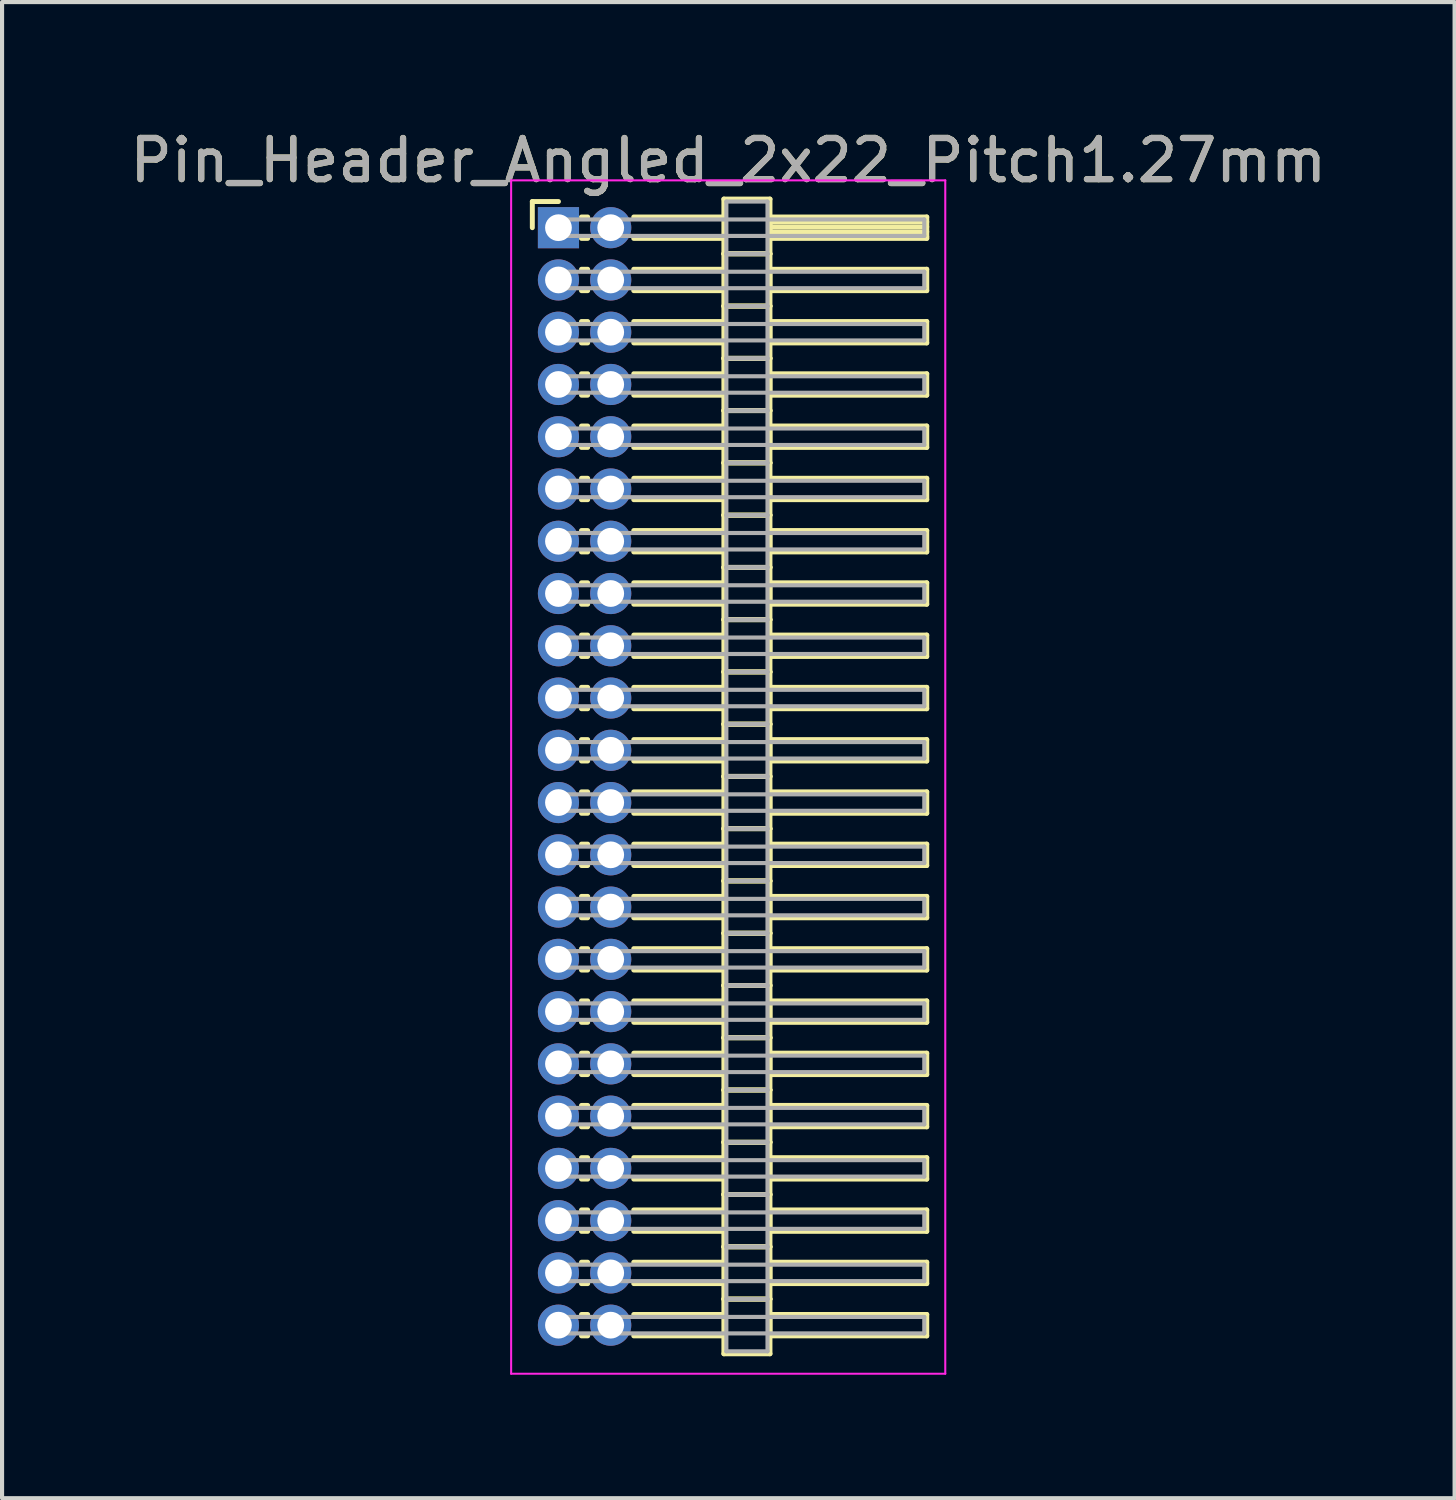
<source format=kicad_pcb>
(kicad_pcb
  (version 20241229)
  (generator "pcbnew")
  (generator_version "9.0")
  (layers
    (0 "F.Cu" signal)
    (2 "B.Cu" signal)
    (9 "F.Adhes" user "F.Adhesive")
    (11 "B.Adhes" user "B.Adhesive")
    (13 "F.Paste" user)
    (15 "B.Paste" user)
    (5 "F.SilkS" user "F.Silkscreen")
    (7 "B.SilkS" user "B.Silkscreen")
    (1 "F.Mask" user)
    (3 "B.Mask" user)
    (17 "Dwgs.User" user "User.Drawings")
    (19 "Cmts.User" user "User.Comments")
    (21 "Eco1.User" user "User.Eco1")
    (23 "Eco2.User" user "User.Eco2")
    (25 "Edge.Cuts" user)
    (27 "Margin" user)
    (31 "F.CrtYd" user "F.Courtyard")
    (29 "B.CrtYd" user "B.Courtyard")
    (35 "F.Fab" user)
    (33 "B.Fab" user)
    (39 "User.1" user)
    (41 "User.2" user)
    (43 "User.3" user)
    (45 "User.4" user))
  (footprint "Pin_Header_Angled_2x22_Pitch1.27mm"
    (layer "F.Cu")
    (at 10.521 2.483)
    (property "Reference" "Pin_Header_Angled_2x22_Pitch1.27mm" (at 4.128 -1.635 0) (layer "F.SilkS") (effects (font (size 1 1) (thickness 0.15))))
    (attr through_hole)
    (fp_line (start -0.635 -0.635) (end 0 -0.635) (stroke (width 0.12) (type solid)) (layer "F.SilkS"))
    (fp_line (start -0.635 0) (end -0.635 -0.635) (stroke (width 0.12) (type solid)) (layer "F.SilkS"))
    (fp_line (start 0.56 -0.26) (end 0.71 -0.26) (stroke (width 0.12) (type solid)) (layer "F.SilkS"))
    (fp_line (start 0.56 0.26) (end 0.71 0.26) (stroke (width 0.12) (type solid)) (layer "F.SilkS"))
    (fp_line (start 0.56 1.01) (end 0.71 1.01) (stroke (width 0.12) (type solid)) (layer "F.SilkS"))
    (fp_line (start 0.56 1.53) (end 0.71 1.53) (stroke (width 0.12) (type solid)) (layer "F.SilkS"))
    (fp_line (start 0.56 2.28) (end 0.71 2.28) (stroke (width 0.12) (type solid)) (layer "F.SilkS"))
    (fp_line (start 0.56 2.8) (end 0.71 2.8) (stroke (width 0.12) (type solid)) (layer "F.SilkS"))
    (fp_line (start 0.56 3.55) (end 0.71 3.55) (stroke (width 0.12) (type solid)) (layer "F.SilkS"))
    (fp_line (start 0.56 4.07) (end 0.71 4.07) (stroke (width 0.12) (type solid)) (layer "F.SilkS"))
    (fp_line (start 0.56 4.82) (end 0.71 4.82) (stroke (width 0.12) (type solid)) (layer "F.SilkS"))
    (fp_line (start 0.56 5.34) (end 0.71 5.34) (stroke (width 0.12) (type solid)) (layer "F.SilkS"))
    (fp_line (start 0.56 6.09) (end 0.71 6.09) (stroke (width 0.12) (type solid)) (layer "F.SilkS"))
    (fp_line (start 0.56 6.61) (end 0.71 6.61) (stroke (width 0.12) (type solid)) (layer "F.SilkS"))
    (fp_line (start 0.56 7.36) (end 0.71 7.36) (stroke (width 0.12) (type solid)) (layer "F.SilkS"))
    (fp_line (start 0.56 7.88) (end 0.71 7.88) (stroke (width 0.12) (type solid)) (layer "F.SilkS"))
    (fp_line (start 0.56 8.63) (end 0.71 8.63) (stroke (width 0.12) (type solid)) (layer "F.SilkS"))
    (fp_line (start 0.56 9.15) (end 0.71 9.15) (stroke (width 0.12) (type solid)) (layer "F.SilkS"))
    (fp_line (start 0.56 9.9) (end 0.71 9.9) (stroke (width 0.12) (type solid)) (layer "F.SilkS"))
    (fp_line (start 0.56 10.42) (end 0.71 10.42) (stroke (width 0.12) (type solid)) (layer "F.SilkS"))
    (fp_line (start 0.56 11.17) (end 0.71 11.17) (stroke (width 0.12) (type solid)) (layer "F.SilkS"))
    (fp_line (start 0.56 11.69) (end 0.71 11.69) (stroke (width 0.12) (type solid)) (layer "F.SilkS"))
    (fp_line (start 0.56 12.44) (end 0.71 12.44) (stroke (width 0.12) (type solid)) (layer "F.SilkS"))
    (fp_line (start 0.56 12.96) (end 0.71 12.96) (stroke (width 0.12) (type solid)) (layer "F.SilkS"))
    (fp_line (start 0.56 13.71) (end 0.71 13.71) (stroke (width 0.12) (type solid)) (layer "F.SilkS"))
    (fp_line (start 0.56 14.23) (end 0.71 14.23) (stroke (width 0.12) (type solid)) (layer "F.SilkS"))
    (fp_line (start 0.56 14.98) (end 0.71 14.98) (stroke (width 0.12) (type solid)) (layer "F.SilkS"))
    (fp_line (start 0.56 15.5) (end 0.71 15.5) (stroke (width 0.12) (type solid)) (layer "F.SilkS"))
    (fp_line (start 0.56 16.25) (end 0.71 16.25) (stroke (width 0.12) (type solid)) (layer "F.SilkS"))
    (fp_line (start 0.56 16.77) (end 0.71 16.77) (stroke (width 0.12) (type solid)) (layer "F.SilkS"))
    (fp_line (start 0.56 17.52) (end 0.71 17.52) (stroke (width 0.12) (type solid)) (layer "F.SilkS"))
    (fp_line (start 0.56 18.04) (end 0.71 18.04) (stroke (width 0.12) (type solid)) (layer "F.SilkS"))
    (fp_line (start 0.56 18.79) (end 0.71 18.79) (stroke (width 0.12) (type solid)) (layer "F.SilkS"))
    (fp_line (start 0.56 19.31) (end 0.71 19.31) (stroke (width 0.12) (type solid)) (layer "F.SilkS"))
    (fp_line (start 0.56 20.06) (end 0.71 20.06) (stroke (width 0.12) (type solid)) (layer "F.SilkS"))
    (fp_line (start 0.56 20.58) (end 0.71 20.58) (stroke (width 0.12) (type solid)) (layer "F.SilkS"))
    (fp_line (start 0.56 21.33) (end 0.71 21.33) (stroke (width 0.12) (type solid)) (layer "F.SilkS"))
    (fp_line (start 0.56 21.85) (end 0.71 21.85) (stroke (width 0.12) (type solid)) (layer "F.SilkS"))
    (fp_line (start 0.56 22.6) (end 0.71 22.6) (stroke (width 0.12) (type solid)) (layer "F.SilkS"))
    (fp_line (start 0.56 23.12) (end 0.71 23.12) (stroke (width 0.12) (type solid)) (layer "F.SilkS"))
    (fp_line (start 0.56 23.87) (end 0.71 23.87) (stroke (width 0.12) (type solid)) (layer "F.SilkS"))
    (fp_line (start 0.56 24.39) (end 0.71 24.39) (stroke (width 0.12) (type solid)) (layer "F.SilkS"))
    (fp_line (start 0.56 25.14) (end 0.71 25.14) (stroke (width 0.12) (type solid)) (layer "F.SilkS"))
    (fp_line (start 0.56 25.66) (end 0.71 25.66) (stroke (width 0.12) (type solid)) (layer "F.SilkS"))
    (fp_line (start 0.56 26.41) (end 0.71 26.41) (stroke (width 0.12) (type solid)) (layer "F.SilkS"))
    (fp_line (start 0.56 26.93) (end 0.71 26.93) (stroke (width 0.12) (type solid)) (layer "F.SilkS"))
    (fp_line (start 1.83 -0.26) (end 4.02 -0.26) (stroke (width 0.12) (type solid)) (layer "F.SilkS"))
    (fp_line (start 1.83 0.26) (end 4.02 0.26) (stroke (width 0.12) (type solid)) (layer "F.SilkS"))
    (fp_line (start 1.83 1.01) (end 4.02 1.01) (stroke (width 0.12) (type solid)) (layer "F.SilkS"))
    (fp_line (start 1.83 1.53) (end 4.02 1.53) (stroke (width 0.12) (type solid)) (layer "F.SilkS"))
    (fp_line (start 1.83 2.28) (end 4.02 2.28) (stroke (width 0.12) (type solid)) (layer "F.SilkS"))
    (fp_line (start 1.83 2.8) (end 4.02 2.8) (stroke (width 0.12) (type solid)) (layer "F.SilkS"))
    (fp_line (start 1.83 3.55) (end 4.02 3.55) (stroke (width 0.12) (type solid)) (layer "F.SilkS"))
    (fp_line (start 1.83 4.07) (end 4.02 4.07) (stroke (width 0.12) (type solid)) (layer "F.SilkS"))
    (fp_line (start 1.83 4.82) (end 4.02 4.82) (stroke (width 0.12) (type solid)) (layer "F.SilkS"))
    (fp_line (start 1.83 5.34) (end 4.02 5.34) (stroke (width 0.12) (type solid)) (layer "F.SilkS"))
    (fp_line (start 1.83 6.09) (end 4.02 6.09) (stroke (width 0.12) (type solid)) (layer "F.SilkS"))
    (fp_line (start 1.83 6.61) (end 4.02 6.61) (stroke (width 0.12) (type solid)) (layer "F.SilkS"))
    (fp_line (start 1.83 7.36) (end 4.02 7.36) (stroke (width 0.12) (type solid)) (layer "F.SilkS"))
    (fp_line (start 1.83 7.88) (end 4.02 7.88) (stroke (width 0.12) (type solid)) (layer "F.SilkS"))
    (fp_line (start 1.83 8.63) (end 4.02 8.63) (stroke (width 0.12) (type solid)) (layer "F.SilkS"))
    (fp_line (start 1.83 9.15) (end 4.02 9.15) (stroke (width 0.12) (type solid)) (layer "F.SilkS"))
    (fp_line (start 1.83 9.9) (end 4.02 9.9) (stroke (width 0.12) (type solid)) (layer "F.SilkS"))
    (fp_line (start 1.83 10.42) (end 4.02 10.42) (stroke (width 0.12) (type solid)) (layer "F.SilkS"))
    (fp_line (start 1.83 11.17) (end 4.02 11.17) (stroke (width 0.12) (type solid)) (layer "F.SilkS"))
    (fp_line (start 1.83 11.69) (end 4.02 11.69) (stroke (width 0.12) (type solid)) (layer "F.SilkS"))
    (fp_line (start 1.83 12.44) (end 4.02 12.44) (stroke (width 0.12) (type solid)) (layer "F.SilkS"))
    (fp_line (start 1.83 12.96) (end 4.02 12.96) (stroke (width 0.12) (type solid)) (layer "F.SilkS"))
    (fp_line (start 1.83 13.71) (end 4.02 13.71) (stroke (width 0.12) (type solid)) (layer "F.SilkS"))
    (fp_line (start 1.83 14.23) (end 4.02 14.23) (stroke (width 0.12) (type solid)) (layer "F.SilkS"))
    (fp_line (start 1.83 14.98) (end 4.02 14.98) (stroke (width 0.12) (type solid)) (layer "F.SilkS"))
    (fp_line (start 1.83 15.5) (end 4.02 15.5) (stroke (width 0.12) (type solid)) (layer "F.SilkS"))
    (fp_line (start 1.83 16.25) (end 4.02 16.25) (stroke (width 0.12) (type solid)) (layer "F.SilkS"))
    (fp_line (start 1.83 16.77) (end 4.02 16.77) (stroke (width 0.12) (type solid)) (layer "F.SilkS"))
    (fp_line (start 1.83 17.52) (end 4.02 17.52) (stroke (width 0.12) (type solid)) (layer "F.SilkS"))
    (fp_line (start 1.83 18.04) (end 4.02 18.04) (stroke (width 0.12) (type solid)) (layer "F.SilkS"))
    (fp_line (start 1.83 18.79) (end 4.02 18.79) (stroke (width 0.12) (type solid)) (layer "F.SilkS"))
    (fp_line (start 1.83 19.31) (end 4.02 19.31) (stroke (width 0.12) (type solid)) (layer "F.SilkS"))
    (fp_line (start 1.83 20.06) (end 4.02 20.06) (stroke (width 0.12) (type solid)) (layer "F.SilkS"))
    (fp_line (start 1.83 20.58) (end 4.02 20.58) (stroke (width 0.12) (type solid)) (layer "F.SilkS"))
    (fp_line (start 1.83 21.33) (end 4.02 21.33) (stroke (width 0.12) (type solid)) (layer "F.SilkS"))
    (fp_line (start 1.83 21.85) (end 4.02 21.85) (stroke (width 0.12) (type solid)) (layer "F.SilkS"))
    (fp_line (start 1.83 22.6) (end 4.02 22.6) (stroke (width 0.12) (type solid)) (layer "F.SilkS"))
    (fp_line (start 1.83 23.12) (end 4.02 23.12) (stroke (width 0.12) (type solid)) (layer "F.SilkS"))
    (fp_line (start 1.83 23.87) (end 4.02 23.87) (stroke (width 0.12) (type solid)) (layer "F.SilkS"))
    (fp_line (start 1.83 24.39) (end 4.02 24.39) (stroke (width 0.12) (type solid)) (layer "F.SilkS"))
    (fp_line (start 1.83 25.14) (end 4.02 25.14) (stroke (width 0.12) (type solid)) (layer "F.SilkS"))
    (fp_line (start 1.83 25.66) (end 4.02 25.66) (stroke (width 0.12) (type solid)) (layer "F.SilkS"))
    (fp_line (start 1.83 26.41) (end 4.02 26.41) (stroke (width 0.12) (type solid)) (layer "F.SilkS"))
    (fp_line (start 1.83 26.93) (end 4.02 26.93) (stroke (width 0.12) (type solid)) (layer "F.SilkS"))
    (fp_line (start 4.02 -0.695) (end 4.02 0.635) (stroke (width 0.12) (type solid)) (layer "F.SilkS"))
    (fp_line (start 4.02 0.635) (end 4.02 1.905) (stroke (width 0.12) (type solid)) (layer "F.SilkS"))
    (fp_line (start 4.02 0.635) (end 5.14 0.635) (stroke (width 0.12) (type solid)) (layer "F.SilkS"))
    (fp_line (start 4.02 1.905) (end 4.02 3.175) (stroke (width 0.12) (type solid)) (layer "F.SilkS"))
    (fp_line (start 4.02 1.905) (end 5.14 1.905) (stroke (width 0.12) (type solid)) (layer "F.SilkS"))
    (fp_line (start 4.02 3.175) (end 4.02 4.445) (stroke (width 0.12) (type solid)) (layer "F.SilkS"))
    (fp_line (start 4.02 3.175) (end 5.14 3.175) (stroke (width 0.12) (type solid)) (layer "F.SilkS"))
    (fp_line (start 4.02 4.445) (end 4.02 5.715) (stroke (width 0.12) (type solid)) (layer "F.SilkS"))
    (fp_line (start 4.02 4.445) (end 5.14 4.445) (stroke (width 0.12) (type solid)) (layer "F.SilkS"))
    (fp_line (start 4.02 5.715) (end 4.02 6.985) (stroke (width 0.12) (type solid)) (layer "F.SilkS"))
    (fp_line (start 4.02 5.715) (end 5.14 5.715) (stroke (width 0.12) (type solid)) (layer "F.SilkS"))
    (fp_line (start 4.02 6.985) (end 4.02 8.255) (stroke (width 0.12) (type solid)) (layer "F.SilkS"))
    (fp_line (start 4.02 6.985) (end 5.14 6.985) (stroke (width 0.12) (type solid)) (layer "F.SilkS"))
    (fp_line (start 4.02 8.255) (end 4.02 9.525) (stroke (width 0.12) (type solid)) (layer "F.SilkS"))
    (fp_line (start 4.02 8.255) (end 5.14 8.255) (stroke (width 0.12) (type solid)) (layer "F.SilkS"))
    (fp_line (start 4.02 9.525) (end 4.02 10.795) (stroke (width 0.12) (type solid)) (layer "F.SilkS"))
    (fp_line (start 4.02 9.525) (end 5.14 9.525) (stroke (width 0.12) (type solid)) (layer "F.SilkS"))
    (fp_line (start 4.02 10.795) (end 4.02 12.065) (stroke (width 0.12) (type solid)) (layer "F.SilkS"))
    (fp_line (start 4.02 10.795) (end 5.14 10.795) (stroke (width 0.12) (type solid)) (layer "F.SilkS"))
    (fp_line (start 4.02 12.065) (end 4.02 13.335) (stroke (width 0.12) (type solid)) (layer "F.SilkS"))
    (fp_line (start 4.02 12.065) (end 5.14 12.065) (stroke (width 0.12) (type solid)) (layer "F.SilkS"))
    (fp_line (start 4.02 13.335) (end 4.02 14.605) (stroke (width 0.12) (type solid)) (layer "F.SilkS"))
    (fp_line (start 4.02 13.335) (end 5.14 13.335) (stroke (width 0.12) (type solid)) (layer "F.SilkS"))
    (fp_line (start 4.02 14.605) (end 4.02 15.875) (stroke (width 0.12) (type solid)) (layer "F.SilkS"))
    (fp_line (start 4.02 14.605) (end 5.14 14.605) (stroke (width 0.12) (type solid)) (layer "F.SilkS"))
    (fp_line (start 4.02 15.875) (end 4.02 17.145) (stroke (width 0.12) (type solid)) (layer "F.SilkS"))
    (fp_line (start 4.02 15.875) (end 5.14 15.875) (stroke (width 0.12) (type solid)) (layer "F.SilkS"))
    (fp_line (start 4.02 17.145) (end 4.02 18.415) (stroke (width 0.12) (type solid)) (layer "F.SilkS"))
    (fp_line (start 4.02 17.145) (end 5.14 17.145) (stroke (width 0.12) (type solid)) (layer "F.SilkS"))
    (fp_line (start 4.02 18.415) (end 4.02 19.685) (stroke (width 0.12) (type solid)) (layer "F.SilkS"))
    (fp_line (start 4.02 18.415) (end 5.14 18.415) (stroke (width 0.12) (type solid)) (layer "F.SilkS"))
    (fp_line (start 4.02 19.685) (end 4.02 20.955) (stroke (width 0.12) (type solid)) (layer "F.SilkS"))
    (fp_line (start 4.02 19.685) (end 5.14 19.685) (stroke (width 0.12) (type solid)) (layer "F.SilkS"))
    (fp_line (start 4.02 20.955) (end 4.02 22.225) (stroke (width 0.12) (type solid)) (layer "F.SilkS"))
    (fp_line (start 4.02 20.955) (end 5.14 20.955) (stroke (width 0.12) (type solid)) (layer "F.SilkS"))
    (fp_line (start 4.02 22.225) (end 4.02 23.495) (stroke (width 0.12) (type solid)) (layer "F.SilkS"))
    (fp_line (start 4.02 22.225) (end 5.14 22.225) (stroke (width 0.12) (type solid)) (layer "F.SilkS"))
    (fp_line (start 4.02 23.495) (end 4.02 24.765) (stroke (width 0.12) (type solid)) (layer "F.SilkS"))
    (fp_line (start 4.02 23.495) (end 5.14 23.495) (stroke (width 0.12) (type solid)) (layer "F.SilkS"))
    (fp_line (start 4.02 24.765) (end 4.02 26.035) (stroke (width 0.12) (type solid)) (layer "F.SilkS"))
    (fp_line (start 4.02 24.765) (end 5.14 24.765) (stroke (width 0.12) (type solid)) (layer "F.SilkS"))
    (fp_line (start 4.02 26.035) (end 4.02 27.365) (stroke (width 0.12) (type solid)) (layer "F.SilkS"))
    (fp_line (start 4.02 26.035) (end 5.14 26.035) (stroke (width 0.12) (type solid)) (layer "F.SilkS"))
    (fp_line (start 4.02 27.365) (end 5.14 27.365) (stroke (width 0.12) (type solid)) (layer "F.SilkS"))
    (fp_line (start 5.14 -0.695) (end 4.02 -0.695) (stroke (width 0.12) (type solid)) (layer "F.SilkS"))
    (fp_line (start 5.14 -0.26) (end 5.14 0.26) (stroke (width 0.12) (type solid)) (layer "F.SilkS"))
    (fp_line (start 5.14 -0.14) (end 8.95 -0.14) (stroke (width 0.12) (type solid)) (layer "F.SilkS"))
    (fp_line (start 5.14 -0.02) (end 8.95 -0.02) (stroke (width 0.12) (type solid)) (layer "F.SilkS"))
    (fp_line (start 5.14 0.1) (end 8.95 0.1) (stroke (width 0.12) (type solid)) (layer "F.SilkS"))
    (fp_line (start 5.14 0.22) (end 8.95 0.22) (stroke (width 0.12) (type solid)) (layer "F.SilkS"))
    (fp_line (start 5.14 0.26) (end 8.95 0.26) (stroke (width 0.12) (type solid)) (layer "F.SilkS"))
    (fp_line (start 5.14 0.635) (end 4.02 0.635) (stroke (width 0.12) (type solid)) (layer "F.SilkS"))
    (fp_line (start 5.14 0.635) (end 5.14 -0.695) (stroke (width 0.12) (type solid)) (layer "F.SilkS"))
    (fp_line (start 5.14 1.01) (end 5.14 1.53) (stroke (width 0.12) (type solid)) (layer "F.SilkS"))
    (fp_line (start 5.14 1.53) (end 8.95 1.53) (stroke (width 0.12) (type solid)) (layer "F.SilkS"))
    (fp_line (start 5.14 1.905) (end 4.02 1.905) (stroke (width 0.12) (type solid)) (layer "F.SilkS"))
    (fp_line (start 5.14 1.905) (end 5.14 0.635) (stroke (width 0.12) (type solid)) (layer "F.SilkS"))
    (fp_line (start 5.14 2.28) (end 5.14 2.8) (stroke (width 0.12) (type solid)) (layer "F.SilkS"))
    (fp_line (start 5.14 2.8) (end 8.95 2.8) (stroke (width 0.12) (type solid)) (layer "F.SilkS"))
    (fp_line (start 5.14 3.175) (end 4.02 3.175) (stroke (width 0.12) (type solid)) (layer "F.SilkS"))
    (fp_line (start 5.14 3.175) (end 5.14 1.905) (stroke (width 0.12) (type solid)) (layer "F.SilkS"))
    (fp_line (start 5.14 3.55) (end 5.14 4.07) (stroke (width 0.12) (type solid)) (layer "F.SilkS"))
    (fp_line (start 5.14 4.07) (end 8.95 4.07) (stroke (width 0.12) (type solid)) (layer "F.SilkS"))
    (fp_line (start 5.14 4.445) (end 4.02 4.445) (stroke (width 0.12) (type solid)) (layer "F.SilkS"))
    (fp_line (start 5.14 4.445) (end 5.14 3.175) (stroke (width 0.12) (type solid)) (layer "F.SilkS"))
    (fp_line (start 5.14 4.82) (end 5.14 5.34) (stroke (width 0.12) (type solid)) (layer "F.SilkS"))
    (fp_line (start 5.14 5.34) (end 8.95 5.34) (stroke (width 0.12) (type solid)) (layer "F.SilkS"))
    (fp_line (start 5.14 5.715) (end 4.02 5.715) (stroke (width 0.12) (type solid)) (layer "F.SilkS"))
    (fp_line (start 5.14 5.715) (end 5.14 4.445) (stroke (width 0.12) (type solid)) (layer "F.SilkS"))
    (fp_line (start 5.14 6.09) (end 5.14 6.61) (stroke (width 0.12) (type solid)) (layer "F.SilkS"))
    (fp_line (start 5.14 6.61) (end 8.95 6.61) (stroke (width 0.12) (type solid)) (layer "F.SilkS"))
    (fp_line (start 5.14 6.985) (end 4.02 6.985) (stroke (width 0.12) (type solid)) (layer "F.SilkS"))
    (fp_line (start 5.14 6.985) (end 5.14 5.715) (stroke (width 0.12) (type solid)) (layer "F.SilkS"))
    (fp_line (start 5.14 7.36) (end 5.14 7.88) (stroke (width 0.12) (type solid)) (layer "F.SilkS"))
    (fp_line (start 5.14 7.88) (end 8.95 7.88) (stroke (width 0.12) (type solid)) (layer "F.SilkS"))
    (fp_line (start 5.14 8.255) (end 4.02 8.255) (stroke (width 0.12) (type solid)) (layer "F.SilkS"))
    (fp_line (start 5.14 8.255) (end 5.14 6.985) (stroke (width 0.12) (type solid)) (layer "F.SilkS"))
    (fp_line (start 5.14 8.63) (end 5.14 9.15) (stroke (width 0.12) (type solid)) (layer "F.SilkS"))
    (fp_line (start 5.14 9.15) (end 8.95 9.15) (stroke (width 0.12) (type solid)) (layer "F.SilkS"))
    (fp_line (start 5.14 9.525) (end 4.02 9.525) (stroke (width 0.12) (type solid)) (layer "F.SilkS"))
    (fp_line (start 5.14 9.525) (end 5.14 8.255) (stroke (width 0.12) (type solid)) (layer "F.SilkS"))
    (fp_line (start 5.14 9.9) (end 5.14 10.42) (stroke (width 0.12) (type solid)) (layer "F.SilkS"))
    (fp_line (start 5.14 10.42) (end 8.95 10.42) (stroke (width 0.12) (type solid)) (layer "F.SilkS"))
    (fp_line (start 5.14 10.795) (end 4.02 10.795) (stroke (width 0.12) (type solid)) (layer "F.SilkS"))
    (fp_line (start 5.14 10.795) (end 5.14 9.525) (stroke (width 0.12) (type solid)) (layer "F.SilkS"))
    (fp_line (start 5.14 11.17) (end 5.14 11.69) (stroke (width 0.12) (type solid)) (layer "F.SilkS"))
    (fp_line (start 5.14 11.69) (end 8.95 11.69) (stroke (width 0.12) (type solid)) (layer "F.SilkS"))
    (fp_line (start 5.14 12.065) (end 4.02 12.065) (stroke (width 0.12) (type solid)) (layer "F.SilkS"))
    (fp_line (start 5.14 12.065) (end 5.14 10.795) (stroke (width 0.12) (type solid)) (layer "F.SilkS"))
    (fp_line (start 5.14 12.44) (end 5.14 12.96) (stroke (width 0.12) (type solid)) (layer "F.SilkS"))
    (fp_line (start 5.14 12.96) (end 8.95 12.96) (stroke (width 0.12) (type solid)) (layer "F.SilkS"))
    (fp_line (start 5.14 13.335) (end 4.02 13.335) (stroke (width 0.12) (type solid)) (layer "F.SilkS"))
    (fp_line (start 5.14 13.335) (end 5.14 12.065) (stroke (width 0.12) (type solid)) (layer "F.SilkS"))
    (fp_line (start 5.14 13.71) (end 5.14 14.23) (stroke (width 0.12) (type solid)) (layer "F.SilkS"))
    (fp_line (start 5.14 14.23) (end 8.95 14.23) (stroke (width 0.12) (type solid)) (layer "F.SilkS"))
    (fp_line (start 5.14 14.605) (end 4.02 14.605) (stroke (width 0.12) (type solid)) (layer "F.SilkS"))
    (fp_line (start 5.14 14.605) (end 5.14 13.335) (stroke (width 0.12) (type solid)) (layer "F.SilkS"))
    (fp_line (start 5.14 14.98) (end 5.14 15.5) (stroke (width 0.12) (type solid)) (layer "F.SilkS"))
    (fp_line (start 5.14 15.5) (end 8.95 15.5) (stroke (width 0.12) (type solid)) (layer "F.SilkS"))
    (fp_line (start 5.14 15.875) (end 4.02 15.875) (stroke (width 0.12) (type solid)) (layer "F.SilkS"))
    (fp_line (start 5.14 15.875) (end 5.14 14.605) (stroke (width 0.12) (type solid)) (layer "F.SilkS"))
    (fp_line (start 5.14 16.25) (end 5.14 16.77) (stroke (width 0.12) (type solid)) (layer "F.SilkS"))
    (fp_line (start 5.14 16.77) (end 8.95 16.77) (stroke (width 0.12) (type solid)) (layer "F.SilkS"))
    (fp_line (start 5.14 17.145) (end 4.02 17.145) (stroke (width 0.12) (type solid)) (layer "F.SilkS"))
    (fp_line (start 5.14 17.145) (end 5.14 15.875) (stroke (width 0.12) (type solid)) (layer "F.SilkS"))
    (fp_line (start 5.14 17.52) (end 5.14 18.04) (stroke (width 0.12) (type solid)) (layer "F.SilkS"))
    (fp_line (start 5.14 18.04) (end 8.95 18.04) (stroke (width 0.12) (type solid)) (layer "F.SilkS"))
    (fp_line (start 5.14 18.415) (end 4.02 18.415) (stroke (width 0.12) (type solid)) (layer "F.SilkS"))
    (fp_line (start 5.14 18.415) (end 5.14 17.145) (stroke (width 0.12) (type solid)) (layer "F.SilkS"))
    (fp_line (start 5.14 18.79) (end 5.14 19.31) (stroke (width 0.12) (type solid)) (layer "F.SilkS"))
    (fp_line (start 5.14 19.31) (end 8.95 19.31) (stroke (width 0.12) (type solid)) (layer "F.SilkS"))
    (fp_line (start 5.14 19.685) (end 4.02 19.685) (stroke (width 0.12) (type solid)) (layer "F.SilkS"))
    (fp_line (start 5.14 19.685) (end 5.14 18.415) (stroke (width 0.12) (type solid)) (layer "F.SilkS"))
    (fp_line (start 5.14 20.06) (end 5.14 20.58) (stroke (width 0.12) (type solid)) (layer "F.SilkS"))
    (fp_line (start 5.14 20.58) (end 8.95 20.58) (stroke (width 0.12) (type solid)) (layer "F.SilkS"))
    (fp_line (start 5.14 20.955) (end 4.02 20.955) (stroke (width 0.12) (type solid)) (layer "F.SilkS"))
    (fp_line (start 5.14 20.955) (end 5.14 19.685) (stroke (width 0.12) (type solid)) (layer "F.SilkS"))
    (fp_line (start 5.14 21.33) (end 5.14 21.85) (stroke (width 0.12) (type solid)) (layer "F.SilkS"))
    (fp_line (start 5.14 21.85) (end 8.95 21.85) (stroke (width 0.12) (type solid)) (layer "F.SilkS"))
    (fp_line (start 5.14 22.225) (end 4.02 22.225) (stroke (width 0.12) (type solid)) (layer "F.SilkS"))
    (fp_line (start 5.14 22.225) (end 5.14 20.955) (stroke (width 0.12) (type solid)) (layer "F.SilkS"))
    (fp_line (start 5.14 22.6) (end 5.14 23.12) (stroke (width 0.12) (type solid)) (layer "F.SilkS"))
    (fp_line (start 5.14 23.12) (end 8.95 23.12) (stroke (width 0.12) (type solid)) (layer "F.SilkS"))
    (fp_line (start 5.14 23.495) (end 4.02 23.495) (stroke (width 0.12) (type solid)) (layer "F.SilkS"))
    (fp_line (start 5.14 23.495) (end 5.14 22.225) (stroke (width 0.12) (type solid)) (layer "F.SilkS"))
    (fp_line (start 5.14 23.87) (end 5.14 24.39) (stroke (width 0.12) (type solid)) (layer "F.SilkS"))
    (fp_line (start 5.14 24.39) (end 8.95 24.39) (stroke (width 0.12) (type solid)) (layer "F.SilkS"))
    (fp_line (start 5.14 24.765) (end 4.02 24.765) (stroke (width 0.12) (type solid)) (layer "F.SilkS"))
    (fp_line (start 5.14 24.765) (end 5.14 23.495) (stroke (width 0.12) (type solid)) (layer "F.SilkS"))
    (fp_line (start 5.14 25.14) (end 5.14 25.66) (stroke (width 0.12) (type solid)) (layer "F.SilkS"))
    (fp_line (start 5.14 25.66) (end 8.95 25.66) (stroke (width 0.12) (type solid)) (layer "F.SilkS"))
    (fp_line (start 5.14 26.035) (end 4.02 26.035) (stroke (width 0.12) (type solid)) (layer "F.SilkS"))
    (fp_line (start 5.14 26.035) (end 5.14 24.765) (stroke (width 0.12) (type solid)) (layer "F.SilkS"))
    (fp_line (start 5.14 26.41) (end 5.14 26.93) (stroke (width 0.12) (type solid)) (layer "F.SilkS"))
    (fp_line (start 5.14 26.93) (end 8.95 26.93) (stroke (width 0.12) (type solid)) (layer "F.SilkS"))
    (fp_line (start 5.14 27.365) (end 5.14 26.035) (stroke (width 0.12) (type solid)) (layer "F.SilkS"))
    (fp_line (start 8.95 -0.26) (end 5.14 -0.26) (stroke (width 0.12) (type solid)) (layer "F.SilkS"))
    (fp_line (start 8.95 0.26) (end 8.95 -0.26) (stroke (width 0.12) (type solid)) (layer "F.SilkS"))
    (fp_line (start 8.95 1.01) (end 5.14 1.01) (stroke (width 0.12) (type solid)) (layer "F.SilkS"))
    (fp_line (start 8.95 1.53) (end 8.95 1.01) (stroke (width 0.12) (type solid)) (layer "F.SilkS"))
    (fp_line (start 8.95 2.28) (end 5.14 2.28) (stroke (width 0.12) (type solid)) (layer "F.SilkS"))
    (fp_line (start 8.95 2.8) (end 8.95 2.28) (stroke (width 0.12) (type solid)) (layer "F.SilkS"))
    (fp_line (start 8.95 3.55) (end 5.14 3.55) (stroke (width 0.12) (type solid)) (layer "F.SilkS"))
    (fp_line (start 8.95 4.07) (end 8.95 3.55) (stroke (width 0.12) (type solid)) (layer "F.SilkS"))
    (fp_line (start 8.95 4.82) (end 5.14 4.82) (stroke (width 0.12) (type solid)) (layer "F.SilkS"))
    (fp_line (start 8.95 5.34) (end 8.95 4.82) (stroke (width 0.12) (type solid)) (layer "F.SilkS"))
    (fp_line (start 8.95 6.09) (end 5.14 6.09) (stroke (width 0.12) (type solid)) (layer "F.SilkS"))
    (fp_line (start 8.95 6.61) (end 8.95 6.09) (stroke (width 0.12) (type solid)) (layer "F.SilkS"))
    (fp_line (start 8.95 7.36) (end 5.14 7.36) (stroke (width 0.12) (type solid)) (layer "F.SilkS"))
    (fp_line (start 8.95 7.88) (end 8.95 7.36) (stroke (width 0.12) (type solid)) (layer "F.SilkS"))
    (fp_line (start 8.95 8.63) (end 5.14 8.63) (stroke (width 0.12) (type solid)) (layer "F.SilkS"))
    (fp_line (start 8.95 9.15) (end 8.95 8.63) (stroke (width 0.12) (type solid)) (layer "F.SilkS"))
    (fp_line (start 8.95 9.9) (end 5.14 9.9) (stroke (width 0.12) (type solid)) (layer "F.SilkS"))
    (fp_line (start 8.95 10.42) (end 8.95 9.9) (stroke (width 0.12) (type solid)) (layer "F.SilkS"))
    (fp_line (start 8.95 11.17) (end 5.14 11.17) (stroke (width 0.12) (type solid)) (layer "F.SilkS"))
    (fp_line (start 8.95 11.69) (end 8.95 11.17) (stroke (width 0.12) (type solid)) (layer "F.SilkS"))
    (fp_line (start 8.95 12.44) (end 5.14 12.44) (stroke (width 0.12) (type solid)) (layer "F.SilkS"))
    (fp_line (start 8.95 12.96) (end 8.95 12.44) (stroke (width 0.12) (type solid)) (layer "F.SilkS"))
    (fp_line (start 8.95 13.71) (end 5.14 13.71) (stroke (width 0.12) (type solid)) (layer "F.SilkS"))
    (fp_line (start 8.95 14.23) (end 8.95 13.71) (stroke (width 0.12) (type solid)) (layer "F.SilkS"))
    (fp_line (start 8.95 14.98) (end 5.14 14.98) (stroke (width 0.12) (type solid)) (layer "F.SilkS"))
    (fp_line (start 8.95 15.5) (end 8.95 14.98) (stroke (width 0.12) (type solid)) (layer "F.SilkS"))
    (fp_line (start 8.95 16.25) (end 5.14 16.25) (stroke (width 0.12) (type solid)) (layer "F.SilkS"))
    (fp_line (start 8.95 16.77) (end 8.95 16.25) (stroke (width 0.12) (type solid)) (layer "F.SilkS"))
    (fp_line (start 8.95 17.52) (end 5.14 17.52) (stroke (width 0.12) (type solid)) (layer "F.SilkS"))
    (fp_line (start 8.95 18.04) (end 8.95 17.52) (stroke (width 0.12) (type solid)) (layer "F.SilkS"))
    (fp_line (start 8.95 18.79) (end 5.14 18.79) (stroke (width 0.12) (type solid)) (layer "F.SilkS"))
    (fp_line (start 8.95 19.31) (end 8.95 18.79) (stroke (width 0.12) (type solid)) (layer "F.SilkS"))
    (fp_line (start 8.95 20.06) (end 5.14 20.06) (stroke (width 0.12) (type solid)) (layer "F.SilkS"))
    (fp_line (start 8.95 20.58) (end 8.95 20.06) (stroke (width 0.12) (type solid)) (layer "F.SilkS"))
    (fp_line (start 8.95 21.33) (end 5.14 21.33) (stroke (width 0.12) (type solid)) (layer "F.SilkS"))
    (fp_line (start 8.95 21.85) (end 8.95 21.33) (stroke (width 0.12) (type solid)) (layer "F.SilkS"))
    (fp_line (start 8.95 22.6) (end 5.14 22.6) (stroke (width 0.12) (type solid)) (layer "F.SilkS"))
    (fp_line (start 8.95 23.12) (end 8.95 22.6) (stroke (width 0.12) (type solid)) (layer "F.SilkS"))
    (fp_line (start 8.95 23.87) (end 5.14 23.87) (stroke (width 0.12) (type solid)) (layer "F.SilkS"))
    (fp_line (start 8.95 24.39) (end 8.95 23.87) (stroke (width 0.12) (type solid)) (layer "F.SilkS"))
    (fp_line (start 8.95 25.14) (end 5.14 25.14) (stroke (width 0.12) (type solid)) (layer "F.SilkS"))
    (fp_line (start 8.95 25.66) (end 8.95 25.14) (stroke (width 0.12) (type solid)) (layer "F.SilkS"))
    (fp_line (start 8.95 26.41) (end 5.14 26.41) (stroke (width 0.12) (type solid)) (layer "F.SilkS"))
    (fp_line (start 8.95 26.93) (end 8.95 26.41) (stroke (width 0.12) (type solid)) (layer "F.SilkS"))
    (fp_line (start -1.15 -1.15) (end -1.15 27.85) (stroke (width 0.05) (type solid)) (layer "F.CrtYd"))
    (fp_line (start -1.15 27.85) (end 9.4 27.85) (stroke (width 0.05) (type solid)) (layer "F.CrtYd"))
    (fp_line (start 9.4 -1.15) (end -1.15 -1.15) (stroke (width 0.05) (type solid)) (layer "F.CrtYd"))
    (fp_line (start 9.4 27.85) (end 9.4 -1.15) (stroke (width 0.05) (type solid)) (layer "F.CrtYd"))
    (fp_line (start 0 -0.2) (end 0 0.2) (stroke (width 0.1) (type solid)) (layer "F.Fab"))
    (fp_line (start 0 0.2) (end 8.89 0.2) (stroke (width 0.1) (type solid)) (layer "F.Fab"))
    (fp_line (start 0 1.07) (end 0 1.47) (stroke (width 0.1) (type solid)) (layer "F.Fab"))
    (fp_line (start 0 1.47) (end 8.89 1.47) (stroke (width 0.1) (type solid)) (layer "F.Fab"))
    (fp_line (start 0 2.34) (end 0 2.74) (stroke (width 0.1) (type solid)) (layer "F.Fab"))
    (fp_line (start 0 2.74) (end 8.89 2.74) (stroke (width 0.1) (type solid)) (layer "F.Fab"))
    (fp_line (start 0 3.61) (end 0 4.01) (stroke (width 0.1) (type solid)) (layer "F.Fab"))
    (fp_line (start 0 4.01) (end 8.89 4.01) (stroke (width 0.1) (type solid)) (layer "F.Fab"))
    (fp_line (start 0 4.88) (end 0 5.28) (stroke (width 0.1) (type solid)) (layer "F.Fab"))
    (fp_line (start 0 5.28) (end 8.89 5.28) (stroke (width 0.1) (type solid)) (layer "F.Fab"))
    (fp_line (start 0 6.15) (end 0 6.55) (stroke (width 0.1) (type solid)) (layer "F.Fab"))
    (fp_line (start 0 6.55) (end 8.89 6.55) (stroke (width 0.1) (type solid)) (layer "F.Fab"))
    (fp_line (start 0 7.42) (end 0 7.82) (stroke (width 0.1) (type solid)) (layer "F.Fab"))
    (fp_line (start 0 7.82) (end 8.89 7.82) (stroke (width 0.1) (type solid)) (layer "F.Fab"))
    (fp_line (start 0 8.69) (end 0 9.09) (stroke (width 0.1) (type solid)) (layer "F.Fab"))
    (fp_line (start 0 9.09) (end 8.89 9.09) (stroke (width 0.1) (type solid)) (layer "F.Fab"))
    (fp_line (start 0 9.96) (end 0 10.36) (stroke (width 0.1) (type solid)) (layer "F.Fab"))
    (fp_line (start 0 10.36) (end 8.89 10.36) (stroke (width 0.1) (type solid)) (layer "F.Fab"))
    (fp_line (start 0 11.23) (end 0 11.63) (stroke (width 0.1) (type solid)) (layer "F.Fab"))
    (fp_line (start 0 11.63) (end 8.89 11.63) (stroke (width 0.1) (type solid)) (layer "F.Fab"))
    (fp_line (start 0 12.5) (end 0 12.9) (stroke (width 0.1) (type solid)) (layer "F.Fab"))
    (fp_line (start 0 12.9) (end 8.89 12.9) (stroke (width 0.1) (type solid)) (layer "F.Fab"))
    (fp_line (start 0 13.77) (end 0 14.17) (stroke (width 0.1) (type solid)) (layer "F.Fab"))
    (fp_line (start 0 14.17) (end 8.89 14.17) (stroke (width 0.1) (type solid)) (layer "F.Fab"))
    (fp_line (start 0 15.04) (end 0 15.44) (stroke (width 0.1) (type solid)) (layer "F.Fab"))
    (fp_line (start 0 15.44) (end 8.89 15.44) (stroke (width 0.1) (type solid)) (layer "F.Fab"))
    (fp_line (start 0 16.31) (end 0 16.71) (stroke (width 0.1) (type solid)) (layer "F.Fab"))
    (fp_line (start 0 16.71) (end 8.89 16.71) (stroke (width 0.1) (type solid)) (layer "F.Fab"))
    (fp_line (start 0 17.58) (end 0 17.98) (stroke (width 0.1) (type solid)) (layer "F.Fab"))
    (fp_line (start 0 17.98) (end 8.89 17.98) (stroke (width 0.1) (type solid)) (layer "F.Fab"))
    (fp_line (start 0 18.85) (end 0 19.25) (stroke (width 0.1) (type solid)) (layer "F.Fab"))
    (fp_line (start 0 19.25) (end 8.89 19.25) (stroke (width 0.1) (type solid)) (layer "F.Fab"))
    (fp_line (start 0 20.12) (end 0 20.52) (stroke (width 0.1) (type solid)) (layer "F.Fab"))
    (fp_line (start 0 20.52) (end 8.89 20.52) (stroke (width 0.1) (type solid)) (layer "F.Fab"))
    (fp_line (start 0 21.39) (end 0 21.79) (stroke (width 0.1) (type solid)) (layer "F.Fab"))
    (fp_line (start 0 21.79) (end 8.89 21.79) (stroke (width 0.1) (type solid)) (layer "F.Fab"))
    (fp_line (start 0 22.66) (end 0 23.06) (stroke (width 0.1) (type solid)) (layer "F.Fab"))
    (fp_line (start 0 23.06) (end 8.89 23.06) (stroke (width 0.1) (type solid)) (layer "F.Fab"))
    (fp_line (start 0 23.93) (end 0 24.33) (stroke (width 0.1) (type solid)) (layer "F.Fab"))
    (fp_line (start 0 24.33) (end 8.89 24.33) (stroke (width 0.1) (type solid)) (layer "F.Fab"))
    (fp_line (start 0 25.2) (end 0 25.6) (stroke (width 0.1) (type solid)) (layer "F.Fab"))
    (fp_line (start 0 25.6) (end 8.89 25.6) (stroke (width 0.1) (type solid)) (layer "F.Fab"))
    (fp_line (start 0 26.47) (end 0 26.87) (stroke (width 0.1) (type solid)) (layer "F.Fab"))
    (fp_line (start 0 26.87) (end 8.89 26.87) (stroke (width 0.1) (type solid)) (layer "F.Fab"))
    (fp_line (start 4.08 -0.635) (end 4.08 0.635) (stroke (width 0.1) (type solid)) (layer "F.Fab"))
    (fp_line (start 4.08 0.635) (end 4.08 1.905) (stroke (width 0.1) (type solid)) (layer "F.Fab"))
    (fp_line (start 4.08 0.635) (end 5.08 0.635) (stroke (width 0.1) (type solid)) (layer "F.Fab"))
    (fp_line (start 4.08 1.905) (end 4.08 3.175) (stroke (width 0.1) (type solid)) (layer "F.Fab"))
    (fp_line (start 4.08 1.905) (end 5.08 1.905) (stroke (width 0.1) (type solid)) (layer "F.Fab"))
    (fp_line (start 4.08 3.175) (end 4.08 4.445) (stroke (width 0.1) (type solid)) (layer "F.Fab"))
    (fp_line (start 4.08 3.175) (end 5.08 3.175) (stroke (width 0.1) (type solid)) (layer "F.Fab"))
    (fp_line (start 4.08 4.445) (end 4.08 5.715) (stroke (width 0.1) (type solid)) (layer "F.Fab"))
    (fp_line (start 4.08 4.445) (end 5.08 4.445) (stroke (width 0.1) (type solid)) (layer "F.Fab"))
    (fp_line (start 4.08 5.715) (end 4.08 6.985) (stroke (width 0.1) (type solid)) (layer "F.Fab"))
    (fp_line (start 4.08 5.715) (end 5.08 5.715) (stroke (width 0.1) (type solid)) (layer "F.Fab"))
    (fp_line (start 4.08 6.985) (end 4.08 8.255) (stroke (width 0.1) (type solid)) (layer "F.Fab"))
    (fp_line (start 4.08 6.985) (end 5.08 6.985) (stroke (width 0.1) (type solid)) (layer "F.Fab"))
    (fp_line (start 4.08 8.255) (end 4.08 9.525) (stroke (width 0.1) (type solid)) (layer "F.Fab"))
    (fp_line (start 4.08 8.255) (end 5.08 8.255) (stroke (width 0.1) (type solid)) (layer "F.Fab"))
    (fp_line (start 4.08 9.525) (end 4.08 10.795) (stroke (width 0.1) (type solid)) (layer "F.Fab"))
    (fp_line (start 4.08 9.525) (end 5.08 9.525) (stroke (width 0.1) (type solid)) (layer "F.Fab"))
    (fp_line (start 4.08 10.795) (end 4.08 12.065) (stroke (width 0.1) (type solid)) (layer "F.Fab"))
    (fp_line (start 4.08 10.795) (end 5.08 10.795) (stroke (width 0.1) (type solid)) (layer "F.Fab"))
    (fp_line (start 4.08 12.065) (end 4.08 13.335) (stroke (width 0.1) (type solid)) (layer "F.Fab"))
    (fp_line (start 4.08 12.065) (end 5.08 12.065) (stroke (width 0.1) (type solid)) (layer "F.Fab"))
    (fp_line (start 4.08 13.335) (end 4.08 14.605) (stroke (width 0.1) (type solid)) (layer "F.Fab"))
    (fp_line (start 4.08 13.335) (end 5.08 13.335) (stroke (width 0.1) (type solid)) (layer "F.Fab"))
    (fp_line (start 4.08 14.605) (end 4.08 15.875) (stroke (width 0.1) (type solid)) (layer "F.Fab"))
    (fp_line (start 4.08 14.605) (end 5.08 14.605) (stroke (width 0.1) (type solid)) (layer "F.Fab"))
    (fp_line (start 4.08 15.875) (end 4.08 17.145) (stroke (width 0.1) (type solid)) (layer "F.Fab"))
    (fp_line (start 4.08 15.875) (end 5.08 15.875) (stroke (width 0.1) (type solid)) (layer "F.Fab"))
    (fp_line (start 4.08 17.145) (end 4.08 18.415) (stroke (width 0.1) (type solid)) (layer "F.Fab"))
    (fp_line (start 4.08 17.145) (end 5.08 17.145) (stroke (width 0.1) (type solid)) (layer "F.Fab"))
    (fp_line (start 4.08 18.415) (end 4.08 19.685) (stroke (width 0.1) (type solid)) (layer "F.Fab"))
    (fp_line (start 4.08 18.415) (end 5.08 18.415) (stroke (width 0.1) (type solid)) (layer "F.Fab"))
    (fp_line (start 4.08 19.685) (end 4.08 20.955) (stroke (width 0.1) (type solid)) (layer "F.Fab"))
    (fp_line (start 4.08 19.685) (end 5.08 19.685) (stroke (width 0.1) (type solid)) (layer "F.Fab"))
    (fp_line (start 4.08 20.955) (end 4.08 22.225) (stroke (width 0.1) (type solid)) (layer "F.Fab"))
    (fp_line (start 4.08 20.955) (end 5.08 20.955) (stroke (width 0.1) (type solid)) (layer "F.Fab"))
    (fp_line (start 4.08 22.225) (end 4.08 23.495) (stroke (width 0.1) (type solid)) (layer "F.Fab"))
    (fp_line (start 4.08 22.225) (end 5.08 22.225) (stroke (width 0.1) (type solid)) (layer "F.Fab"))
    (fp_line (start 4.08 23.495) (end 4.08 24.765) (stroke (width 0.1) (type solid)) (layer "F.Fab"))
    (fp_line (start 4.08 23.495) (end 5.08 23.495) (stroke (width 0.1) (type solid)) (layer "F.Fab"))
    (fp_line (start 4.08 24.765) (end 4.08 26.035) (stroke (width 0.1) (type solid)) (layer "F.Fab"))
    (fp_line (start 4.08 24.765) (end 5.08 24.765) (stroke (width 0.1) (type solid)) (layer "F.Fab"))
    (fp_line (start 4.08 26.035) (end 4.08 27.305) (stroke (width 0.1) (type solid)) (layer "F.Fab"))
    (fp_line (start 4.08 26.035) (end 5.08 26.035) (stroke (width 0.1) (type solid)) (layer "F.Fab"))
    (fp_line (start 4.08 27.305) (end 5.08 27.305) (stroke (width 0.1) (type solid)) (layer "F.Fab"))
    (fp_line (start 5.08 -0.635) (end 4.08 -0.635) (stroke (width 0.1) (type solid)) (layer "F.Fab"))
    (fp_line (start 5.08 0.635) (end 4.08 0.635) (stroke (width 0.1) (type solid)) (layer "F.Fab"))
    (fp_line (start 5.08 0.635) (end 5.08 -0.635) (stroke (width 0.1) (type solid)) (layer "F.Fab"))
    (fp_line (start 5.08 1.905) (end 4.08 1.905) (stroke (width 0.1) (type solid)) (layer "F.Fab"))
    (fp_line (start 5.08 1.905) (end 5.08 0.635) (stroke (width 0.1) (type solid)) (layer "F.Fab"))
    (fp_line (start 5.08 3.175) (end 4.08 3.175) (stroke (width 0.1) (type solid)) (layer "F.Fab"))
    (fp_line (start 5.08 3.175) (end 5.08 1.905) (stroke (width 0.1) (type solid)) (layer "F.Fab"))
    (fp_line (start 5.08 4.445) (end 4.08 4.445) (stroke (width 0.1) (type solid)) (layer "F.Fab"))
    (fp_line (start 5.08 4.445) (end 5.08 3.175) (stroke (width 0.1) (type solid)) (layer "F.Fab"))
    (fp_line (start 5.08 5.715) (end 4.08 5.715) (stroke (width 0.1) (type solid)) (layer "F.Fab"))
    (fp_line (start 5.08 5.715) (end 5.08 4.445) (stroke (width 0.1) (type solid)) (layer "F.Fab"))
    (fp_line (start 5.08 6.985) (end 4.08 6.985) (stroke (width 0.1) (type solid)) (layer "F.Fab"))
    (fp_line (start 5.08 6.985) (end 5.08 5.715) (stroke (width 0.1) (type solid)) (layer "F.Fab"))
    (fp_line (start 5.08 8.255) (end 4.08 8.255) (stroke (width 0.1) (type solid)) (layer "F.Fab"))
    (fp_line (start 5.08 8.255) (end 5.08 6.985) (stroke (width 0.1) (type solid)) (layer "F.Fab"))
    (fp_line (start 5.08 9.525) (end 4.08 9.525) (stroke (width 0.1) (type solid)) (layer "F.Fab"))
    (fp_line (start 5.08 9.525) (end 5.08 8.255) (stroke (width 0.1) (type solid)) (layer "F.Fab"))
    (fp_line (start 5.08 10.795) (end 4.08 10.795) (stroke (width 0.1) (type solid)) (layer "F.Fab"))
    (fp_line (start 5.08 10.795) (end 5.08 9.525) (stroke (width 0.1) (type solid)) (layer "F.Fab"))
    (fp_line (start 5.08 12.065) (end 4.08 12.065) (stroke (width 0.1) (type solid)) (layer "F.Fab"))
    (fp_line (start 5.08 12.065) (end 5.08 10.795) (stroke (width 0.1) (type solid)) (layer "F.Fab"))
    (fp_line (start 5.08 13.335) (end 4.08 13.335) (stroke (width 0.1) (type solid)) (layer "F.Fab"))
    (fp_line (start 5.08 13.335) (end 5.08 12.065) (stroke (width 0.1) (type solid)) (layer "F.Fab"))
    (fp_line (start 5.08 14.605) (end 4.08 14.605) (stroke (width 0.1) (type solid)) (layer "F.Fab"))
    (fp_line (start 5.08 14.605) (end 5.08 13.335) (stroke (width 0.1) (type solid)) (layer "F.Fab"))
    (fp_line (start 5.08 15.875) (end 4.08 15.875) (stroke (width 0.1) (type solid)) (layer "F.Fab"))
    (fp_line (start 5.08 15.875) (end 5.08 14.605) (stroke (width 0.1) (type solid)) (layer "F.Fab"))
    (fp_line (start 5.08 17.145) (end 4.08 17.145) (stroke (width 0.1) (type solid)) (layer "F.Fab"))
    (fp_line (start 5.08 17.145) (end 5.08 15.875) (stroke (width 0.1) (type solid)) (layer "F.Fab"))
    (fp_line (start 5.08 18.415) (end 4.08 18.415) (stroke (width 0.1) (type solid)) (layer "F.Fab"))
    (fp_line (start 5.08 18.415) (end 5.08 17.145) (stroke (width 0.1) (type solid)) (layer "F.Fab"))
    (fp_line (start 5.08 19.685) (end 4.08 19.685) (stroke (width 0.1) (type solid)) (layer "F.Fab"))
    (fp_line (start 5.08 19.685) (end 5.08 18.415) (stroke (width 0.1) (type solid)) (layer "F.Fab"))
    (fp_line (start 5.08 20.955) (end 4.08 20.955) (stroke (width 0.1) (type solid)) (layer "F.Fab"))
    (fp_line (start 5.08 20.955) (end 5.08 19.685) (stroke (width 0.1) (type solid)) (layer "F.Fab"))
    (fp_line (start 5.08 22.225) (end 4.08 22.225) (stroke (width 0.1) (type solid)) (layer "F.Fab"))
    (fp_line (start 5.08 22.225) (end 5.08 20.955) (stroke (width 0.1) (type solid)) (layer "F.Fab"))
    (fp_line (start 5.08 23.495) (end 4.08 23.495) (stroke (width 0.1) (type solid)) (layer "F.Fab"))
    (fp_line (start 5.08 23.495) (end 5.08 22.225) (stroke (width 0.1) (type solid)) (layer "F.Fab"))
    (fp_line (start 5.08 24.765) (end 4.08 24.765) (stroke (width 0.1) (type solid)) (layer "F.Fab"))
    (fp_line (start 5.08 24.765) (end 5.08 23.495) (stroke (width 0.1) (type solid)) (layer "F.Fab"))
    (fp_line (start 5.08 26.035) (end 4.08 26.035) (stroke (width 0.1) (type solid)) (layer "F.Fab"))
    (fp_line (start 5.08 26.035) (end 5.08 24.765) (stroke (width 0.1) (type solid)) (layer "F.Fab"))
    (fp_line (start 5.08 27.305) (end 5.08 26.035) (stroke (width 0.1) (type solid)) (layer "F.Fab"))
    (fp_line (start 8.89 -0.2) (end 0 -0.2) (stroke (width 0.1) (type solid)) (layer "F.Fab"))
    (fp_line (start 8.89 0.2) (end 8.89 -0.2) (stroke (width 0.1) (type solid)) (layer "F.Fab"))
    (fp_line (start 8.89 1.07) (end 0 1.07) (stroke (width 0.1) (type solid)) (layer "F.Fab"))
    (fp_line (start 8.89 1.47) (end 8.89 1.07) (stroke (width 0.1) (type solid)) (layer "F.Fab"))
    (fp_line (start 8.89 2.34) (end 0 2.34) (stroke (width 0.1) (type solid)) (layer "F.Fab"))
    (fp_line (start 8.89 2.74) (end 8.89 2.34) (stroke (width 0.1) (type solid)) (layer "F.Fab"))
    (fp_line (start 8.89 3.61) (end 0 3.61) (stroke (width 0.1) (type solid)) (layer "F.Fab"))
    (fp_line (start 8.89 4.01) (end 8.89 3.61) (stroke (width 0.1) (type solid)) (layer "F.Fab"))
    (fp_line (start 8.89 4.88) (end 0 4.88) (stroke (width 0.1) (type solid)) (layer "F.Fab"))
    (fp_line (start 8.89 5.28) (end 8.89 4.88) (stroke (width 0.1) (type solid)) (layer "F.Fab"))
    (fp_line (start 8.89 6.15) (end 0 6.15) (stroke (width 0.1) (type solid)) (layer "F.Fab"))
    (fp_line (start 8.89 6.55) (end 8.89 6.15) (stroke (width 0.1) (type solid)) (layer "F.Fab"))
    (fp_line (start 8.89 7.42) (end 0 7.42) (stroke (width 0.1) (type solid)) (layer "F.Fab"))
    (fp_line (start 8.89 7.82) (end 8.89 7.42) (stroke (width 0.1) (type solid)) (layer "F.Fab"))
    (fp_line (start 8.89 8.69) (end 0 8.69) (stroke (width 0.1) (type solid)) (layer "F.Fab"))
    (fp_line (start 8.89 9.09) (end 8.89 8.69) (stroke (width 0.1) (type solid)) (layer "F.Fab"))
    (fp_line (start 8.89 9.96) (end 0 9.96) (stroke (width 0.1) (type solid)) (layer "F.Fab"))
    (fp_line (start 8.89 10.36) (end 8.89 9.96) (stroke (width 0.1) (type solid)) (layer "F.Fab"))
    (fp_line (start 8.89 11.23) (end 0 11.23) (stroke (width 0.1) (type solid)) (layer "F.Fab"))
    (fp_line (start 8.89 11.63) (end 8.89 11.23) (stroke (width 0.1) (type solid)) (layer "F.Fab"))
    (fp_line (start 8.89 12.5) (end 0 12.5) (stroke (width 0.1) (type solid)) (layer "F.Fab"))
    (fp_line (start 8.89 12.9) (end 8.89 12.5) (stroke (width 0.1) (type solid)) (layer "F.Fab"))
    (fp_line (start 8.89 13.77) (end 0 13.77) (stroke (width 0.1) (type solid)) (layer "F.Fab"))
    (fp_line (start 8.89 14.17) (end 8.89 13.77) (stroke (width 0.1) (type solid)) (layer "F.Fab"))
    (fp_line (start 8.89 15.04) (end 0 15.04) (stroke (width 0.1) (type solid)) (layer "F.Fab"))
    (fp_line (start 8.89 15.44) (end 8.89 15.04) (stroke (width 0.1) (type solid)) (layer "F.Fab"))
    (fp_line (start 8.89 16.31) (end 0 16.31) (stroke (width 0.1) (type solid)) (layer "F.Fab"))
    (fp_line (start 8.89 16.71) (end 8.89 16.31) (stroke (width 0.1) (type solid)) (layer "F.Fab"))
    (fp_line (start 8.89 17.58) (end 0 17.58) (stroke (width 0.1) (type solid)) (layer "F.Fab"))
    (fp_line (start 8.89 17.98) (end 8.89 17.58) (stroke (width 0.1) (type solid)) (layer "F.Fab"))
    (fp_line (start 8.89 18.85) (end 0 18.85) (stroke (width 0.1) (type solid)) (layer "F.Fab"))
    (fp_line (start 8.89 19.25) (end 8.89 18.85) (stroke (width 0.1) (type solid)) (layer "F.Fab"))
    (fp_line (start 8.89 20.12) (end 0 20.12) (stroke (width 0.1) (type solid)) (layer "F.Fab"))
    (fp_line (start 8.89 20.52) (end 8.89 20.12) (stroke (width 0.1) (type solid)) (layer "F.Fab"))
    (fp_line (start 8.89 21.39) (end 0 21.39) (stroke (width 0.1) (type solid)) (layer "F.Fab"))
    (fp_line (start 8.89 21.79) (end 8.89 21.39) (stroke (width 0.1) (type solid)) (layer "F.Fab"))
    (fp_line (start 8.89 22.66) (end 0 22.66) (stroke (width 0.1) (type solid)) (layer "F.Fab"))
    (fp_line (start 8.89 23.06) (end 8.89 22.66) (stroke (width 0.1) (type solid)) (layer "F.Fab"))
    (fp_line (start 8.89 23.93) (end 0 23.93) (stroke (width 0.1) (type solid)) (layer "F.Fab"))
    (fp_line (start 8.89 24.33) (end 8.89 23.93) (stroke (width 0.1) (type solid)) (layer "F.Fab"))
    (fp_line (start 8.89 25.2) (end 0 25.2) (stroke (width 0.1) (type solid)) (layer "F.Fab"))
    (fp_line (start 8.89 25.6) (end 8.89 25.2) (stroke (width 0.1) (type solid)) (layer "F.Fab"))
    (fp_line (start 8.89 26.47) (end 0 26.47) (stroke (width 0.1) (type solid)) (layer "F.Fab"))
    (fp_line (start 8.89 26.87) (end 8.89 26.47) (stroke (width 0.1) (type solid)) (layer "F.Fab"))
    (fp_text user "${REFERENCE}" (at 4.128 -1.635 0) (layer "F.Fab") (effects (font (size 1 1) (thickness 0.15))))
    (pad "1" thru_hole rect (at 0 0) (size 1 1) (drill 0.65) (layers "*.Cu" "*.Mask"))
    (pad "2" thru_hole oval (at 1.27 0) (size 1 1) (drill 0.65) (layers "*.Cu" "*.Mask"))
    (pad "3" thru_hole oval (at 0 1.27) (size 1 1) (drill 0.65) (layers "*.Cu" "*.Mask"))
    (pad "4" thru_hole oval (at 1.27 1.27) (size 1 1) (drill 0.65) (layers "*.Cu" "*.Mask"))
    (pad "5" thru_hole oval (at 0 2.54) (size 1 1) (drill 0.65) (layers "*.Cu" "*.Mask"))
    (pad "6" thru_hole oval (at 1.27 2.54) (size 1 1) (drill 0.65) (layers "*.Cu" "*.Mask"))
    (pad "7" thru_hole oval (at 0 3.81) (size 1 1) (drill 0.65) (layers "*.Cu" "*.Mask"))
    (pad "8" thru_hole oval (at 1.27 3.81) (size 1 1) (drill 0.65) (layers "*.Cu" "*.Mask"))
    (pad "9" thru_hole oval (at 0 5.08) (size 1 1) (drill 0.65) (layers "*.Cu" "*.Mask"))
    (pad "10" thru_hole oval (at 1.27 5.08) (size 1 1) (drill 0.65) (layers "*.Cu" "*.Mask"))
    (pad "11" thru_hole oval (at 0 6.35) (size 1 1) (drill 0.65) (layers "*.Cu" "*.Mask"))
    (pad "12" thru_hole oval (at 1.27 6.35) (size 1 1) (drill 0.65) (layers "*.Cu" "*.Mask"))
    (pad "13" thru_hole oval (at 0 7.62) (size 1 1) (drill 0.65) (layers "*.Cu" "*.Mask"))
    (pad "14" thru_hole oval (at 1.27 7.62) (size 1 1) (drill 0.65) (layers "*.Cu" "*.Mask"))
    (pad "15" thru_hole oval (at 0 8.89) (size 1 1) (drill 0.65) (layers "*.Cu" "*.Mask"))
    (pad "16" thru_hole oval (at 1.27 8.89) (size 1 1) (drill 0.65) (layers "*.Cu" "*.Mask"))
    (pad "17" thru_hole oval (at 0 10.16) (size 1 1) (drill 0.65) (layers "*.Cu" "*.Mask"))
    (pad "18" thru_hole oval (at 1.27 10.16) (size 1 1) (drill 0.65) (layers "*.Cu" "*.Mask"))
    (pad "19" thru_hole oval (at 0 11.43) (size 1 1) (drill 0.65) (layers "*.Cu" "*.Mask"))
    (pad "20" thru_hole oval (at 1.27 11.43) (size 1 1) (drill 0.65) (layers "*.Cu" "*.Mask"))
    (pad "21" thru_hole oval (at 0 12.7) (size 1 1) (drill 0.65) (layers "*.Cu" "*.Mask"))
    (pad "22" thru_hole oval (at 1.27 12.7) (size 1 1) (drill 0.65) (layers "*.Cu" "*.Mask"))
    (pad "23" thru_hole oval (at 0 13.97) (size 1 1) (drill 0.65) (layers "*.Cu" "*.Mask"))
    (pad "24" thru_hole oval (at 1.27 13.97) (size 1 1) (drill 0.65) (layers "*.Cu" "*.Mask"))
    (pad "25" thru_hole oval (at 0 15.24) (size 1 1) (drill 0.65) (layers "*.Cu" "*.Mask"))
    (pad "26" thru_hole oval (at 1.27 15.24) (size 1 1) (drill 0.65) (layers "*.Cu" "*.Mask"))
    (pad "27" thru_hole oval (at 0 16.51) (size 1 1) (drill 0.65) (layers "*.Cu" "*.Mask"))
    (pad "28" thru_hole oval (at 1.27 16.51) (size 1 1) (drill 0.65) (layers "*.Cu" "*.Mask"))
    (pad "29" thru_hole oval (at 0 17.78) (size 1 1) (drill 0.65) (layers "*.Cu" "*.Mask"))
    (pad "30" thru_hole oval (at 1.27 17.78) (size 1 1) (drill 0.65) (layers "*.Cu" "*.Mask"))
    (pad "31" thru_hole oval (at 0 19.05) (size 1 1) (drill 0.65) (layers "*.Cu" "*.Mask"))
    (pad "32" thru_hole oval (at 1.27 19.05) (size 1 1) (drill 0.65) (layers "*.Cu" "*.Mask"))
    (pad "33" thru_hole oval (at 0 20.32) (size 1 1) (drill 0.65) (layers "*.Cu" "*.Mask"))
    (pad "34" thru_hole oval (at 1.27 20.32) (size 1 1) (drill 0.65) (layers "*.Cu" "*.Mask"))
    (pad "35" thru_hole oval (at 0 21.59) (size 1 1) (drill 0.65) (layers "*.Cu" "*.Mask"))
    (pad "36" thru_hole oval (at 1.27 21.59) (size 1 1) (drill 0.65) (layers "*.Cu" "*.Mask"))
    (pad "37" thru_hole oval (at 0 22.86) (size 1 1) (drill 0.65) (layers "*.Cu" "*.Mask"))
    (pad "38" thru_hole oval (at 1.27 22.86) (size 1 1) (drill 0.65) (layers "*.Cu" "*.Mask"))
    (pad "39" thru_hole oval (at 0 24.13) (size 1 1) (drill 0.65) (layers "*.Cu" "*.Mask"))
    (pad "40" thru_hole oval (at 1.27 24.13) (size 1 1) (drill 0.65) (layers "*.Cu" "*.Mask"))
    (pad "41" thru_hole oval (at 0 25.4) (size 1 1) (drill 0.65) (layers "*.Cu" "*.Mask"))
    (pad "42" thru_hole oval (at 1.27 25.4) (size 1 1) (drill 0.65) (layers "*.Cu" "*.Mask"))
    (pad "43" thru_hole oval (at 0 26.67) (size 1 1) (drill 0.65) (layers "*.Cu" "*.Mask"))
    (pad "44" thru_hole oval (at 1.27 26.67) (size 1 1) (drill 0.65) (layers "*.Cu" "*.Mask")))
  (gr_rect
    (start -3 -3)
    (end 32.298 33.358)
    (stroke (width 0.1) (type default))
    (fill no)
    (layer "Edge.Cuts")))
</source>
